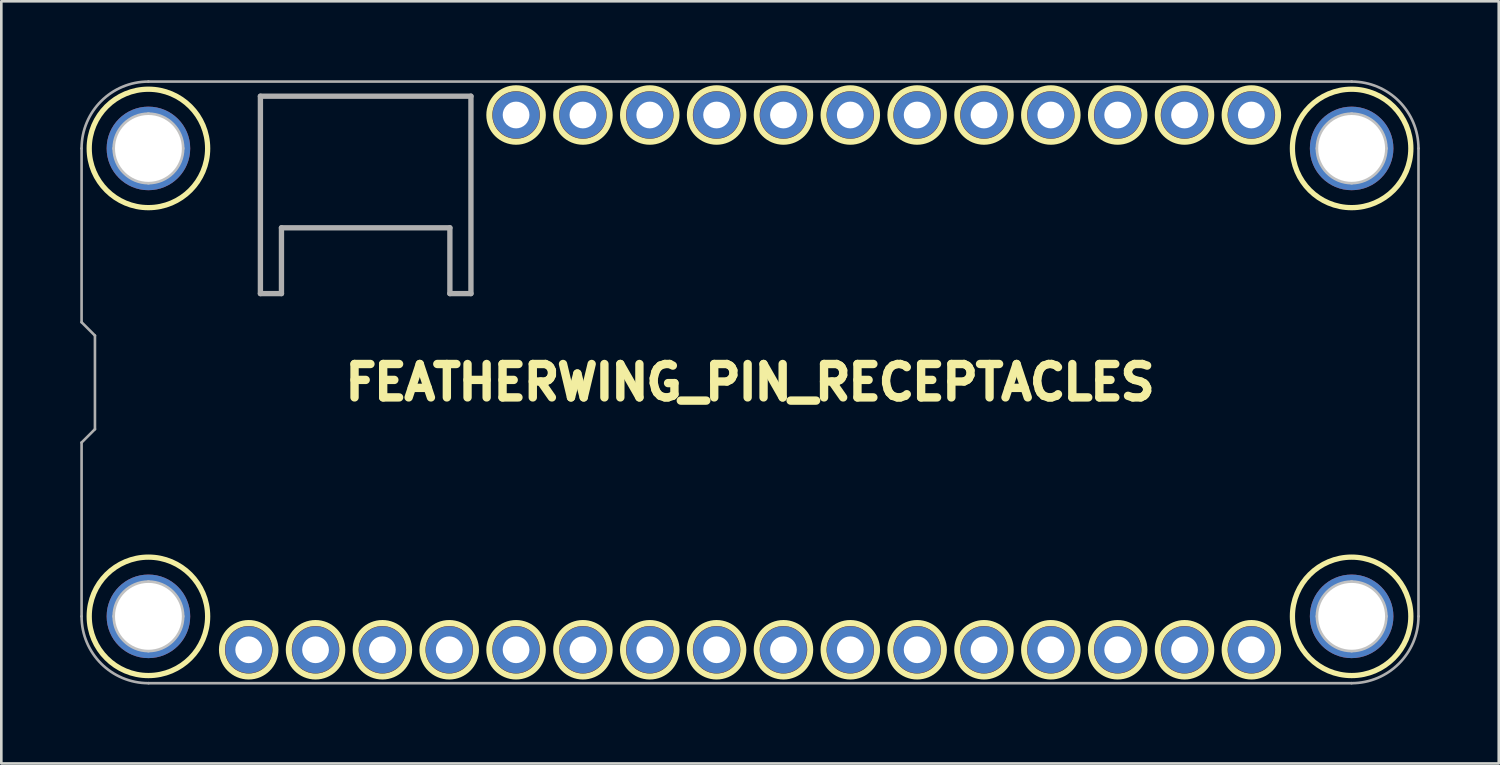
<source format=kicad_pcb>
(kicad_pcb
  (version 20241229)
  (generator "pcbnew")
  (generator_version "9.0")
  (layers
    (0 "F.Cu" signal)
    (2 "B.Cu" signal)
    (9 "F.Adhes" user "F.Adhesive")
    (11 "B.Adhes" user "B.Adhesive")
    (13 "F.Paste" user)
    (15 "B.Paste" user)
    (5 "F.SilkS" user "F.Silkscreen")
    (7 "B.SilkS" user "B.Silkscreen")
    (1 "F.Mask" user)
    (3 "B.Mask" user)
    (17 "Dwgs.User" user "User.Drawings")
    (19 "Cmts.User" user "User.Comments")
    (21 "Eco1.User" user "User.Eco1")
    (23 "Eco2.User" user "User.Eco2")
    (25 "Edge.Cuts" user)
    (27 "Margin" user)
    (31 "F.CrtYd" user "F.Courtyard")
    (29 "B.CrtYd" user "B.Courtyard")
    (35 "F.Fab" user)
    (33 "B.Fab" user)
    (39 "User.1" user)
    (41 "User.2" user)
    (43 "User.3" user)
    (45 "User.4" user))
  (footprint "FEATHERWING_PIN_RECEPTACLES"
    (layer "F.Cu")
    (at 25.45 11.48)
    (property "Reference" "FEATHERWING_PIN_RECEPTACLES" (at 0 0 0) (layer "F.SilkS") (effects (font (size 1.27 1.27) (thickness 0.318))))
    (fp_circle (center -22.86 -8.89) (end -20.61 -8.89) (stroke (width 0.2) (type solid)) (fill no) (layer "F.SilkS"))
    (fp_circle (center -22.86 8.89) (end -20.61 8.89) (stroke (width 0.2) (type solid)) (fill no) (layer "F.SilkS"))
    (fp_circle (center -19.05 10.16) (end -18.034 10.16) (stroke (width 0.229) (type solid)) (fill no) (layer "F.SilkS"))
    (fp_circle (center -16.51 10.16) (end -15.494 10.16) (stroke (width 0.229) (type solid)) (fill no) (layer "F.SilkS"))
    (fp_circle (center -13.97 10.16) (end -12.954 10.16) (stroke (width 0.229) (type solid)) (fill no) (layer "F.SilkS"))
    (fp_circle (center -11.43 10.16) (end -10.414 10.16) (stroke (width 0.229) (type solid)) (fill no) (layer "F.SilkS"))
    (fp_circle (center -8.89 -10.16) (end -7.874 -10.16) (stroke (width 0.229) (type solid)) (fill no) (layer "F.SilkS"))
    (fp_circle (center -8.89 10.16) (end -7.874 10.16) (stroke (width 0.229) (type solid)) (fill no) (layer "F.SilkS"))
    (fp_circle (center -6.35 -10.16) (end -5.334 -10.16) (stroke (width 0.229) (type solid)) (fill no) (layer "F.SilkS"))
    (fp_circle (center -6.35 10.16) (end -5.334 10.16) (stroke (width 0.229) (type solid)) (fill no) (layer "F.SilkS"))
    (fp_circle (center -3.81 -10.16) (end -2.794 -10.16) (stroke (width 0.229) (type solid)) (fill no) (layer "F.SilkS"))
    (fp_circle (center -3.81 10.16) (end -2.794 10.16) (stroke (width 0.229) (type solid)) (fill no) (layer "F.SilkS"))
    (fp_circle (center -1.27 -10.16) (end -0.254 -10.16) (stroke (width 0.229) (type solid)) (fill no) (layer "F.SilkS"))
    (fp_circle (center -1.27 10.16) (end -0.254 10.16) (stroke (width 0.229) (type solid)) (fill no) (layer "F.SilkS"))
    (fp_circle (center 1.27 -10.16) (end 2.286 -10.16) (stroke (width 0.229) (type solid)) (fill no) (layer "F.SilkS"))
    (fp_circle (center 1.27 10.16) (end 2.286 10.16) (stroke (width 0.229) (type solid)) (fill no) (layer "F.SilkS"))
    (fp_circle (center 3.81 -10.16) (end 4.826 -10.16) (stroke (width 0.229) (type solid)) (fill no) (layer "F.SilkS"))
    (fp_circle (center 3.81 10.16) (end 4.826 10.16) (stroke (width 0.229) (type solid)) (fill no) (layer "F.SilkS"))
    (fp_circle (center 6.35 -10.16) (end 7.366 -10.16) (stroke (width 0.229) (type solid)) (fill no) (layer "F.SilkS"))
    (fp_circle (center 6.35 10.16) (end 7.366 10.16) (stroke (width 0.229) (type solid)) (fill no) (layer "F.SilkS"))
    (fp_circle (center 8.89 -10.16) (end 9.906 -10.16) (stroke (width 0.229) (type solid)) (fill no) (layer "F.SilkS"))
    (fp_circle (center 8.89 10.16) (end 9.906 10.16) (stroke (width 0.229) (type solid)) (fill no) (layer "F.SilkS"))
    (fp_circle (center 11.43 -10.16) (end 12.446 -10.16) (stroke (width 0.229) (type solid)) (fill no) (layer "F.SilkS"))
    (fp_circle (center 11.43 10.16) (end 12.446 10.16) (stroke (width 0.229) (type solid)) (fill no) (layer "F.SilkS"))
    (fp_circle (center 13.97 -10.16) (end 14.986 -10.16) (stroke (width 0.229) (type solid)) (fill no) (layer "F.SilkS"))
    (fp_circle (center 13.97 10.16) (end 14.986 10.16) (stroke (width 0.229) (type solid)) (fill no) (layer "F.SilkS"))
    (fp_circle (center 16.51 -10.16) (end 17.526 -10.16) (stroke (width 0.229) (type solid)) (fill no) (layer "F.SilkS"))
    (fp_circle (center 16.51 10.16) (end 17.526 10.16) (stroke (width 0.229) (type solid)) (fill no) (layer "F.SilkS"))
    (fp_circle (center 19.05 -10.16) (end 20.066 -10.16) (stroke (width 0.229) (type solid)) (fill no) (layer "F.SilkS"))
    (fp_circle (center 19.05 10.16) (end 20.066 10.16) (stroke (width 0.229) (type solid)) (fill no) (layer "F.SilkS"))
    (fp_circle (center 22.86 -8.89) (end 25.11 -8.89) (stroke (width 0.2) (type solid)) (fill no) (layer "F.SilkS"))
    (fp_circle (center 22.86 8.89) (end 25.11 8.89) (stroke (width 0.2) (type solid)) (fill no) (layer "F.SilkS"))
    (fp_line (start -24.13 -8.89) (end -21.59 -8.89) (stroke (width 0.2) (type solid)) (layer "Dwgs.User"))
    (fp_line (start -24.13 8.89) (end -21.59 8.89) (stroke (width 0.2) (type solid)) (layer "Dwgs.User"))
    (fp_line (start -22.86 -10.16) (end -22.86 -7.62) (stroke (width 0.2) (type solid)) (layer "Dwgs.User"))
    (fp_line (start -22.86 7.62) (end -22.86 10.16) (stroke (width 0.2) (type solid)) (layer "Dwgs.User"))
    (fp_line (start 21.59 -8.89) (end 24.13 -8.89) (stroke (width 0.2) (type solid)) (layer "Dwgs.User"))
    (fp_line (start 21.59 8.89) (end 24.13 8.89) (stroke (width 0.2) (type solid)) (layer "Dwgs.User"))
    (fp_line (start 22.86 -10.16) (end 22.86 -7.62) (stroke (width 0.2) (type solid)) (layer "Dwgs.User"))
    (fp_line (start 22.86 7.62) (end 22.86 10.16) (stroke (width 0.2) (type solid)) (layer "Dwgs.User"))
    (fp_circle (center -22.86 -8.89) (end -21.59 -8.89) (stroke (width 0.2) (type solid)) (fill no) (layer "Dwgs.User"))
    (fp_circle (center -22.86 8.89) (end -21.59 8.89) (stroke (width 0.2) (type solid)) (fill no) (layer "Dwgs.User"))
    (fp_circle (center 22.86 -8.89) (end 24.13 -8.89) (stroke (width 0.2) (type solid)) (fill no) (layer "Dwgs.User"))
    (fp_circle (center 22.86 8.89) (end 24.13 8.89) (stroke (width 0.2) (type solid)) (fill no) (layer "Dwgs.User"))
    (fp_line (start -25.4 -8.89) (end -25.4 -2.286) (stroke (width 0.1) (type solid)) (layer "F.Fab"))
    (fp_line (start -25.4 -2.286) (end -24.892 -1.778) (stroke (width 0.1) (type solid)) (layer "F.Fab"))
    (fp_line (start -25.4 2.286) (end -25.4 8.89) (stroke (width 0.1) (type solid)) (layer "F.Fab"))
    (fp_line (start -24.892 -1.778) (end -24.892 1.778) (stroke (width 0.1) (type solid)) (layer "F.Fab"))
    (fp_line (start -24.892 1.778) (end -25.4 2.286) (stroke (width 0.1) (type solid)) (layer "F.Fab"))
    (fp_line (start -22.86 11.43) (end 22.86 11.43) (stroke (width 0.1) (type solid)) (layer "F.Fab"))
    (fp_line (start -18.605 -10.874) (end -10.605 -10.874) (stroke (width 0.203) (type solid)) (layer "F.Fab"))
    (fp_line (start -18.605 -3.374) (end -18.605 -10.874) (stroke (width 0.203) (type solid)) (layer "F.Fab"))
    (fp_line (start -17.805 -5.874) (end -17.805 -3.374) (stroke (width 0.203) (type solid)) (layer "F.Fab"))
    (fp_line (start -17.805 -3.374) (end -18.605 -3.374) (stroke (width 0.203) (type solid)) (layer "F.Fab"))
    (fp_line (start -11.405 -5.874) (end -17.805 -5.874) (stroke (width 0.203) (type solid)) (layer "F.Fab"))
    (fp_line (start -11.405 -3.374) (end -11.405 -5.874) (stroke (width 0.203) (type solid)) (layer "F.Fab"))
    (fp_line (start -10.605 -10.874) (end -10.605 -3.374) (stroke (width 0.203) (type solid)) (layer "F.Fab"))
    (fp_line (start -10.605 -3.374) (end -11.405 -3.374) (stroke (width 0.203) (type solid)) (layer "F.Fab"))
    (fp_line (start 22.86 -11.43) (end -22.86 -11.43) (stroke (width 0.1) (type solid)) (layer "F.Fab"))
    (fp_line (start 25.4 8.89) (end 25.4 -8.89) (stroke (width 0.1) (type solid)) (layer "F.Fab"))
    (fp_arc (start -25.4 -8.89) (mid -24.656051 -10.686051) (end -22.86 -11.43) (stroke (width 0.1) (type solid)) (layer "F.Fab"))
    (fp_arc (start -22.86 11.43) (mid -24.656051 10.686051) (end -25.4 8.89) (stroke (width 0.1) (type solid)) (layer "F.Fab"))
    (fp_arc (start 22.86 -11.43) (mid 24.656051 -10.686051) (end 25.4 -8.89) (stroke (width 0.1) (type solid)) (layer "F.Fab"))
    (fp_arc (start 25.4 8.89) (mid 24.656051 10.686051) (end 22.86 11.43) (stroke (width 0.1) (type solid)) (layer "F.Fab"))
    (pad "" thru_hole circle (at -22.86 -8.89) (size 3.175 3.175) (drill 2.54) (layers "*.Cu" "*.Mask"))
    (pad "" thru_hole circle (at -22.86 8.89) (size 3.175 3.175) (drill 2.54) (layers "*.Cu" "*.Mask"))
    (pad "" thru_hole circle (at 22.86 -8.89) (size 3.175 3.175) (drill 2.54) (layers "*.Cu" "*.Mask"))
    (pad "" thru_hole circle (at 22.86 8.89) (size 3.175 3.175) (drill 2.54) (layers "*.Cu" "*.Mask"))
    (pad "1" thru_hole circle (at -19.05 10.16) (size 1.778 1.778) (drill 1.016) (layers "*.Cu" "*.Mask"))
    (pad "2" thru_hole circle (at -16.51 10.16) (size 1.778 1.778) (drill 1.016) (layers "*.Cu" "*.Mask"))
    (pad "3" thru_hole circle (at -13.97 10.16) (size 1.778 1.778) (drill 1.016) (layers "*.Cu" "*.Mask"))
    (pad "4" thru_hole circle (at -11.43 10.16) (size 1.778 1.778) (drill 1.016) (layers "*.Cu" "*.Mask"))
    (pad "5" thru_hole circle (at -8.89 10.16) (size 1.778 1.778) (drill 1.016) (layers "*.Cu" "*.Mask"))
    (pad "6" thru_hole circle (at -6.35 10.16) (size 1.778 1.778) (drill 1.016) (layers "*.Cu" "*.Mask"))
    (pad "7" thru_hole circle (at -3.81 10.16) (size 1.778 1.778) (drill 1.016) (layers "*.Cu" "*.Mask"))
    (pad "8" thru_hole circle (at -1.27 10.16) (size 1.778 1.778) (drill 1.016) (layers "*.Cu" "*.Mask"))
    (pad "9" thru_hole circle (at 1.27 10.16) (size 1.778 1.778) (drill 1.016) (layers "*.Cu" "*.Mask"))
    (pad "10" thru_hole circle (at 3.81 10.16) (size 1.778 1.778) (drill 1.016) (layers "*.Cu" "*.Mask"))
    (pad "11" thru_hole circle (at 6.35 10.16) (size 1.778 1.778) (drill 1.016) (layers "*.Cu" "*.Mask"))
    (pad "12" thru_hole circle (at 8.89 10.16) (size 1.778 1.778) (drill 1.016) (layers "*.Cu" "*.Mask"))
    (pad "13" thru_hole circle (at 11.43 10.16) (size 1.778 1.778) (drill 1.016) (layers "*.Cu" "*.Mask"))
    (pad "14" thru_hole circle (at 13.97 10.16) (size 1.778 1.778) (drill 1.016) (layers "*.Cu" "*.Mask"))
    (pad "15" thru_hole circle (at 16.51 10.16) (size 1.778 1.778) (drill 1.016) (layers "*.Cu" "*.Mask"))
    (pad "16" thru_hole circle (at 19.05 10.16) (size 1.778 1.778) (drill 1.016) (layers "*.Cu" "*.Mask"))
    (pad "17" thru_hole circle (at 19.05 -10.16) (size 1.778 1.778) (drill 1.016) (layers "*.Cu" "*.Mask"))
    (pad "18" thru_hole circle (at 16.51 -10.16) (size 1.778 1.778) (drill 1.016) (layers "*.Cu" "*.Mask"))
    (pad "19" thru_hole circle (at 13.97 -10.16) (size 1.778 1.778) (drill 1.016) (layers "*.Cu" "*.Mask"))
    (pad "20" thru_hole circle (at 11.43 -10.16) (size 1.778 1.778) (drill 1.016) (layers "*.Cu" "*.Mask"))
    (pad "21" thru_hole circle (at 8.89 -10.16) (size 1.778 1.778) (drill 1.016) (layers "*.Cu" "*.Mask"))
    (pad "22" thru_hole circle (at 6.35 -10.16) (size 1.778 1.778) (drill 1.016) (layers "*.Cu" "*.Mask"))
    (pad "23" thru_hole circle (at 3.81 -10.16) (size 1.778 1.778) (drill 1.016) (layers "*.Cu" "*.Mask"))
    (pad "24" thru_hole circle (at 1.27 -10.16) (size 1.778 1.778) (drill 1.016) (layers "*.Cu" "*.Mask"))
    (pad "25" thru_hole circle (at -1.27 -10.16) (size 1.778 1.778) (drill 1.016) (layers "*.Cu" "*.Mask"))
    (pad "26" thru_hole circle (at -3.81 -10.16) (size 1.778 1.778) (drill 1.016) (layers "*.Cu" "*.Mask"))
    (pad "27" thru_hole circle (at -6.35 -10.16) (size 1.778 1.778) (drill 1.016) (layers "*.Cu" "*.Mask"))
    (pad "28" thru_hole circle (at -8.89 -10.16) (size 1.778 1.778) (drill 1.016) (layers "*.Cu" "*.Mask")))
  (gr_rect
    (start -3 -3)
    (end 53.9 25.96)
    (stroke (width 0.1) (type default))
    (fill no)
    (layer "Edge.Cuts")))
</source>
